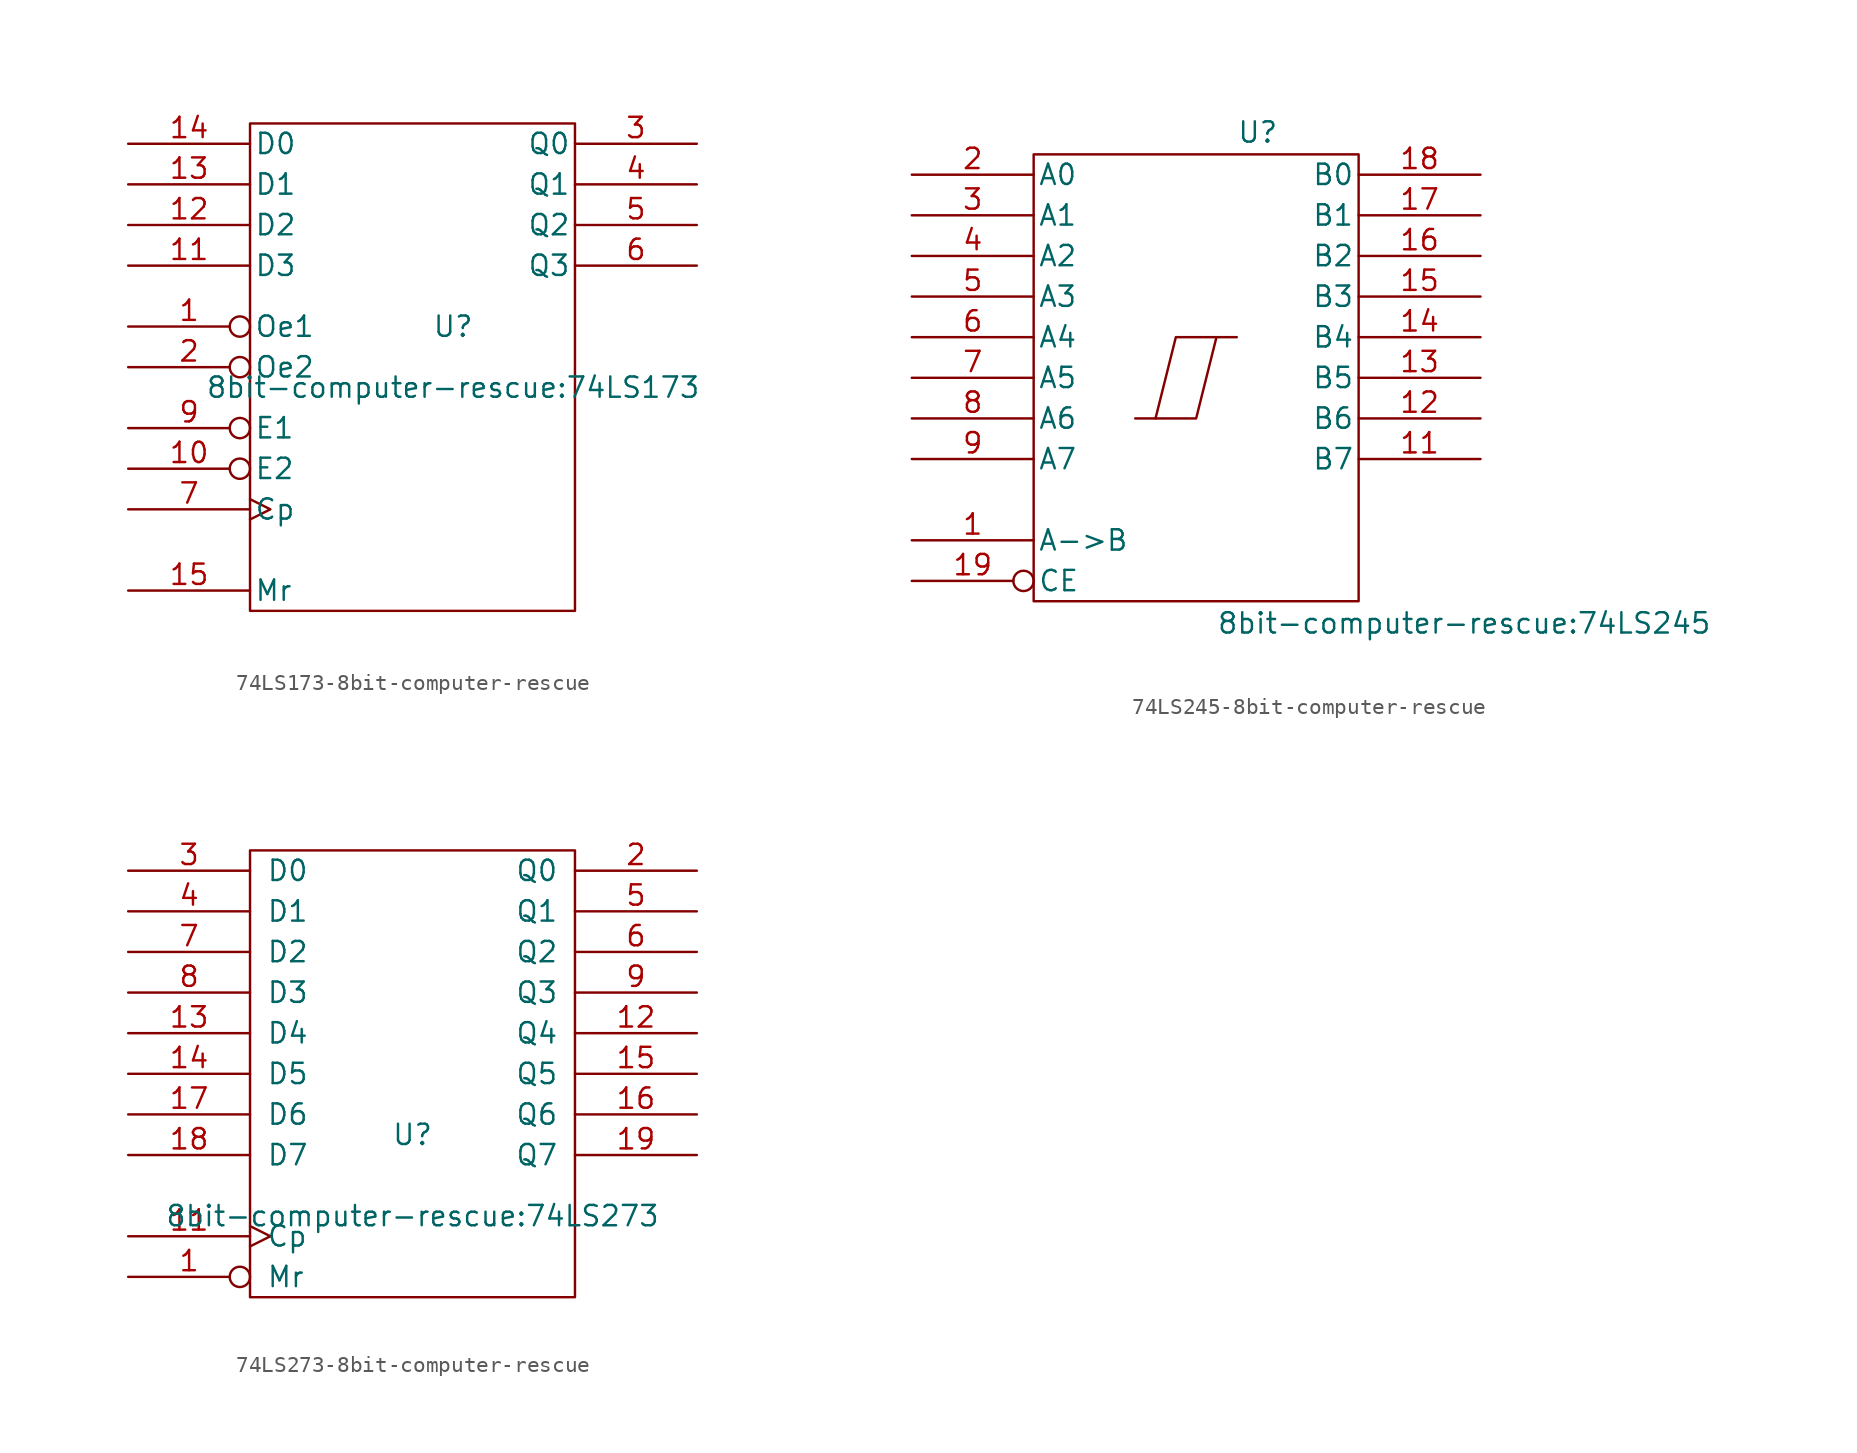
<source format=kicad_sym>
(kicad_symbol_lib
  (version 20231120)
  (generator "kicad_symbol_editor")
  (generator_version "8.0")
  (symbol "74LS173-8bit-computer-rescue"
    (pin_names
      (offset 0.254))
    (property "Reference" "U"
      (at 2.54 2.54 0)
      (effects (font (size 1.27 1.27))))
    (property "Value" "8bit-computer-rescue:74LS173"
      (at 2.54 -1.27 0)
      (effects (font (size 1.27 1.27))))
    (symbol "74LS173-8bit-computer-rescue_0_0"
      (pin power_in line (at -7.62 15.24 90) (length 0) hide (name "VCC" (effects (font (size 0.762 0.762)))) (number "16" (effects (font (size 0.762 0.762)))))
      (pin power_in line (at -7.62 -15.24 90) (length 0) hide (name "GND" (effects (font (size 0.762 0.762)))) (number "8" (effects (font (size 0.762 0.762))))))
    (symbol "74LS173-8bit-computer-rescue_0_1"
      (rectangle (start -10.16 15.24) (end 10.16 -15.24) (stroke (width 0) (type solid)) (fill (type none))))
    (symbol "74LS173-8bit-computer-rescue_1_1"
      (pin input inverted (at -17.78 2.54 0) (length 7.62) (name "Oe1" (effects (font (size 1.27 1.27)))) (number "1" (effects (font (size 1.27 1.27)))))
      (pin input inverted (at -17.78 -6.35 0) (length 7.62) (name "E2" (effects (font (size 1.27 1.27)))) (number "10" (effects (font (size 1.27 1.27)))))
      (pin input line (at -17.78 6.35 0) (length 7.62) (name "D3" (effects (font (size 1.27 1.27)))) (number "11" (effects (font (size 1.27 1.27)))))
      (pin input line (at -17.78 8.89 0) (length 7.62) (name "D2" (effects (font (size 1.27 1.27)))) (number "12" (effects (font (size 1.27 1.27)))))
      (pin input line (at -17.78 11.43 0) (length 7.62) (name "D1" (effects (font (size 1.27 1.27)))) (number "13" (effects (font (size 1.27 1.27)))))
      (pin input line (at -17.78 13.97 0) (length 7.62) (name "D0" (effects (font (size 1.27 1.27)))) (number "14" (effects (font (size 1.27 1.27)))))
      (pin input line (at -17.78 -13.97 0) (length 7.62) (name "Mr" (effects (font (size 1.27 1.27)))) (number "15" (effects (font (size 1.27 1.27)))))
      (pin input inverted (at -17.78 0 0) (length 7.62) (name "Oe2" (effects (font (size 1.27 1.27)))) (number "2" (effects (font (size 1.27 1.27)))))
      (pin tri_state line (at 17.78 13.97 180) (length 7.62) (name "Q0" (effects (font (size 1.27 1.27)))) (number "3" (effects (font (size 1.27 1.27)))))
      (pin tri_state line (at 17.78 11.43 180) (length 7.62) (name "Q1" (effects (font (size 1.27 1.27)))) (number "4" (effects (font (size 1.27 1.27)))))
      (pin tri_state line (at 17.78 8.89 180) (length 7.62) (name "Q2" (effects (font (size 1.27 1.27)))) (number "5" (effects (font (size 1.27 1.27)))))
      (pin tri_state line (at 17.78 6.35 180) (length 7.62) (name "Q3" (effects (font (size 1.27 1.27)))) (number "6" (effects (font (size 1.27 1.27)))))
      (pin input clock (at -17.78 -8.89 0) (length 7.62) (name "Cp" (effects (font (size 1.27 1.27)))) (number "7" (effects (font (size 1.27 1.27)))))
      (pin input inverted (at -17.78 -3.81 0) (length 7.62) (name "E1" (effects (font (size 1.27 1.27)))) (number "9" (effects (font (size 1.27 1.27)))))))
  (symbol "74LS245-8bit-computer-rescue"
    (pin_names
      (offset 0.254))
    (property "Reference" "U"
      (at 2.54 14.605 0)
      (effects (font (size 1.27 1.27)) (justify left bottom)))
    (property "Value" "8bit-computer-rescue:74LS245"
      (at 1.27 -14.605 0)
      (effects (font (size 1.27 1.27)) (justify left top)))
    (symbol "74LS245-8bit-computer-rescue_0_0"
      (pin power_in line (at 0 -13.97 90) (length 0) hide (name "GND" (effects (font (size 1.27 1.27)))) (number "10" (effects (font (size 1.27 1.27)))))
      (pin power_in line (at 0 13.97 270) (length 0) hide (name "VCC" (effects (font (size 1.27 1.27)))) (number "20" (effects (font (size 1.27 1.27))))))
    (symbol "74LS245-8bit-computer-rescue_0_1"
      (rectangle (start -10.16 13.97) (end 10.16 -13.97) (stroke (width 0) (type solid)) (fill (type none)))
      (polyline (pts (xy 1.27 2.54) (xy 0 -2.54) (xy -2.54 -2.54)) (stroke (width 0) (type solid)) (fill (type none)))
      (polyline (pts (xy 2.54 2.54) (xy -1.27 2.54) (xy -2.54 -2.54) (xy -3.81 -2.54)) (stroke (width 0) (type solid)) (fill (type none))))
    (symbol "74LS245-8bit-computer-rescue_1_1"
      (pin input line (at -17.78 -10.16 0) (length 7.62) (name "A->B" (effects (font (size 1.27 1.27)))) (number "1" (effects (font (size 1.27 1.27)))))
      (pin tri_state line (at 17.78 -5.08 180) (length 7.62) (name "B7" (effects (font (size 1.27 1.27)))) (number "11" (effects (font (size 1.27 1.27)))))
      (pin tri_state line (at 17.78 -2.54 180) (length 7.62) (name "B6" (effects (font (size 1.27 1.27)))) (number "12" (effects (font (size 1.27 1.27)))))
      (pin tri_state line (at 17.78 0 180) (length 7.62) (name "B5" (effects (font (size 1.27 1.27)))) (number "13" (effects (font (size 1.27 1.27)))))
      (pin tri_state line (at 17.78 2.54 180) (length 7.62) (name "B4" (effects (font (size 1.27 1.27)))) (number "14" (effects (font (size 1.27 1.27)))))
      (pin tri_state line (at 17.78 5.08 180) (length 7.62) (name "B3" (effects (font (size 1.27 1.27)))) (number "15" (effects (font (size 1.27 1.27)))))
      (pin tri_state line (at 17.78 7.62 180) (length 7.62) (name "B2" (effects (font (size 1.27 1.27)))) (number "16" (effects (font (size 1.27 1.27)))))
      (pin tri_state line (at 17.78 10.16 180) (length 7.62) (name "B1" (effects (font (size 1.27 1.27)))) (number "17" (effects (font (size 1.27 1.27)))))
      (pin tri_state line (at 17.78 12.7 180) (length 7.62) (name "B0" (effects (font (size 1.27 1.27)))) (number "18" (effects (font (size 1.27 1.27)))))
      (pin input inverted (at -17.78 -12.7 0) (length 7.62) (name "CE" (effects (font (size 1.27 1.27)))) (number "19" (effects (font (size 1.27 1.27)))))
      (pin tri_state line (at -17.78 12.7 0) (length 7.62) (name "A0" (effects (font (size 1.27 1.27)))) (number "2" (effects (font (size 1.27 1.27)))))
      (pin tri_state line (at -17.78 10.16 0) (length 7.62) (name "A1" (effects (font (size 1.27 1.27)))) (number "3" (effects (font (size 1.27 1.27)))))
      (pin tri_state line (at -17.78 7.62 0) (length 7.62) (name "A2" (effects (font (size 1.27 1.27)))) (number "4" (effects (font (size 1.27 1.27)))))
      (pin tri_state line (at -17.78 5.08 0) (length 7.62) (name "A3" (effects (font (size 1.27 1.27)))) (number "5" (effects (font (size 1.27 1.27)))))
      (pin tri_state line (at -17.78 2.54 0) (length 7.62) (name "A4" (effects (font (size 1.27 1.27)))) (number "6" (effects (font (size 1.27 1.27)))))
      (pin tri_state line (at -17.78 0 0) (length 7.62) (name "A5" (effects (font (size 1.27 1.27)))) (number "7" (effects (font (size 1.27 1.27)))))
      (pin tri_state line (at -17.78 -2.54 0) (length 7.62) (name "A6" (effects (font (size 1.27 1.27)))) (number "8" (effects (font (size 1.27 1.27)))))
      (pin tri_state line (at -17.78 -5.08 0) (length 7.62) (name "A7" (effects (font (size 1.27 1.27)))) (number "9" (effects (font (size 1.27 1.27)))))))
  (symbol "74LS273-8bit-computer-rescue"
    (pin_names
      (offset 1.016))
    (property "Reference" "U"
      (at 0 -3.81 0)
      (effects (font (size 1.27 1.27))))
    (property "Value" "8bit-computer-rescue:74LS273"
      (at 0 -8.89 0)
      (effects (font (size 1.27 1.27))))
    (symbol "74LS273-8bit-computer-rescue_0_0"
      (pin power_in line (at -7.62 -13.97 90) (length 0) hide (name "GND" (effects (font (size 0.762 0.762)))) (number "10" (effects (font (size 0.762 0.762)))))
      (pin power_in line (at -7.62 13.97 90) (length 0) hide (name "VCC" (effects (font (size 0.762 0.762)))) (number "20" (effects (font (size 0.762 0.762))))))
    (symbol "74LS273-8bit-computer-rescue_0_1"
      (rectangle (start -10.16 13.97) (end 10.16 -13.97) (stroke (width 0) (type solid)) (fill (type none))))
    (symbol "74LS273-8bit-computer-rescue_1_1"
      (pin input inverted (at -17.78 -12.7 0) (length 7.62) (name "Mr" (effects (font (size 1.27 1.27)))) (number "1" (effects (font (size 1.27 1.27)))))
      (pin input clock (at -17.78 -10.16 0) (length 7.62) (name "Cp" (effects (font (size 1.27 1.27)))) (number "11" (effects (font (size 1.27 1.27)))))
      (pin output line (at 17.78 2.54 180) (length 7.62) (name "Q4" (effects (font (size 1.27 1.27)))) (number "12" (effects (font (size 1.27 1.27)))))
      (pin input line (at -17.78 2.54 0) (length 7.62) (name "D4" (effects (font (size 1.27 1.27)))) (number "13" (effects (font (size 1.27 1.27)))))
      (pin input line (at -17.78 0 0) (length 7.62) (name "D5" (effects (font (size 1.27 1.27)))) (number "14" (effects (font (size 1.27 1.27)))))
      (pin output line (at 17.78 0 180) (length 7.62) (name "Q5" (effects (font (size 1.27 1.27)))) (number "15" (effects (font (size 1.27 1.27)))))
      (pin output line (at 17.78 -2.54 180) (length 7.62) (name "Q6" (effects (font (size 1.27 1.27)))) (number "16" (effects (font (size 1.27 1.27)))))
      (pin input line (at -17.78 -2.54 0) (length 7.62) (name "D6" (effects (font (size 1.27 1.27)))) (number "17" (effects (font (size 1.27 1.27)))))
      (pin input line (at -17.78 -5.08 0) (length 7.62) (name "D7" (effects (font (size 1.27 1.27)))) (number "18" (effects (font (size 1.27 1.27)))))
      (pin output line (at 17.78 -5.08 180) (length 7.62) (name "Q7" (effects (font (size 1.27 1.27)))) (number "19" (effects (font (size 1.27 1.27)))))
      (pin output line (at 17.78 12.7 180) (length 7.62) (name "Q0" (effects (font (size 1.27 1.27)))) (number "2" (effects (font (size 1.27 1.27)))))
      (pin input line (at -17.78 12.7 0) (length 7.62) (name "D0" (effects (font (size 1.27 1.27)))) (number "3" (effects (font (size 1.27 1.27)))))
      (pin input line (at -17.78 10.16 0) (length 7.62) (name "D1" (effects (font (size 1.27 1.27)))) (number "4" (effects (font (size 1.27 1.27)))))
      (pin output line (at 17.78 10.16 180) (length 7.62) (name "Q1" (effects (font (size 1.27 1.27)))) (number "5" (effects (font (size 1.27 1.27)))))
      (pin output line (at 17.78 7.62 180) (length 7.62) (name "Q2" (effects (font (size 1.27 1.27)))) (number "6" (effects (font (size 1.27 1.27)))))
      (pin input line (at -17.78 7.62 0) (length 7.62) (name "D2" (effects (font (size 1.27 1.27)))) (number "7" (effects (font (size 1.27 1.27)))))
      (pin input line (at -17.78 5.08 0) (length 7.62) (name "D3" (effects (font (size 1.27 1.27)))) (number "8" (effects (font (size 1.27 1.27)))))
      (pin output line (at 17.78 5.08 180) (length 7.62) (name "Q3" (effects (font (size 1.27 1.27)))) (number "9" (effects (font (size 1.27 1.27))))))))
</source>
